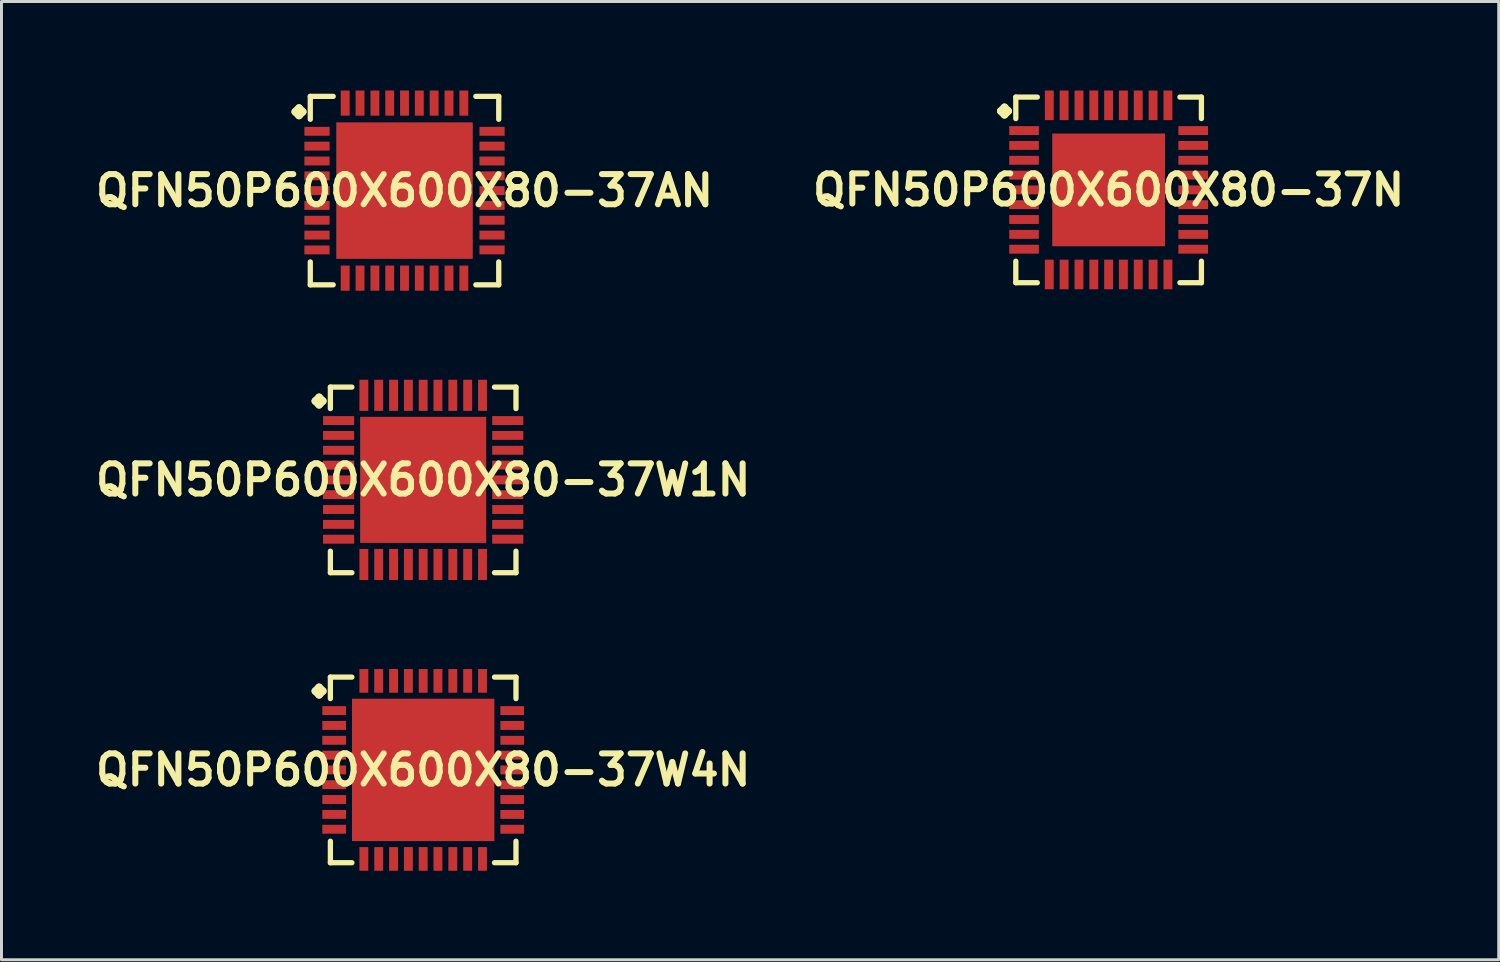
<source format=kicad_pcb>
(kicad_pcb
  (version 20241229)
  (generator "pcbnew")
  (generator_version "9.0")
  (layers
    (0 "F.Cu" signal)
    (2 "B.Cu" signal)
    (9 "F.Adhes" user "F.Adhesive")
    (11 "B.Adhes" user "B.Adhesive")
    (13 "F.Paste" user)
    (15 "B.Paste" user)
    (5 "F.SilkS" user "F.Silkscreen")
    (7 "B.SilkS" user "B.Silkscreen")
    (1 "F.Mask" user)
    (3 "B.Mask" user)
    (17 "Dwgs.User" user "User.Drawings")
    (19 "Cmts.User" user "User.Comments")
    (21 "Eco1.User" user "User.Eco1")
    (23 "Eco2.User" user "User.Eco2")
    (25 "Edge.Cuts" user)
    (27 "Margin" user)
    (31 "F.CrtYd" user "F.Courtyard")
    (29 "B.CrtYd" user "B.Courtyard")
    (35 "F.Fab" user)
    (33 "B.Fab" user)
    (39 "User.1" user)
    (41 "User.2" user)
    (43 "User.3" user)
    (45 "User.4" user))
  (footprint "QFN50P600X600X80-37N"
    (layer "F.Cu")
    (at 34.307 3.349)
    (property "Reference" "QFN50P600X600X80-37N" (at 0 0 0) (layer "F.SilkS") (effects (font (size 1.016 1.016) (thickness 0.203))))
    (attr smd)
    (fp_line (start -3.635 -2.657) (end -3.508 -2.784) (stroke (width 0.254) (type solid)) (layer "F.SilkS"))
    (fp_line (start -3.508 -2.784) (end -3.381 -2.657) (stroke (width 0.254) (type solid)) (layer "F.SilkS"))
    (fp_line (start -3.508 -2.53) (end -3.635 -2.657) (stroke (width 0.254) (type solid)) (layer "F.SilkS"))
    (fp_line (start -3.381 -2.657) (end -3.508 -2.53) (stroke (width 0.254) (type solid)) (layer "F.SilkS"))
    (fp_line (start -3.127 -3.127) (end -2.403 -3.127) (stroke (width 0.178) (type solid)) (layer "F.SilkS"))
    (fp_line (start -3.127 -2.403) (end -3.127 -3.127) (stroke (width 0.178) (type solid)) (layer "F.SilkS"))
    (fp_line (start -3.127 2.403) (end -3.127 3.127) (stroke (width 0.178) (type solid)) (layer "F.SilkS"))
    (fp_line (start -3.127 3.127) (end -2.403 3.127) (stroke (width 0.178) (type solid)) (layer "F.SilkS"))
    (fp_line (start 2.403 -3.127) (end 3.127 -3.127) (stroke (width 0.178) (type solid)) (layer "F.SilkS"))
    (fp_line (start 2.403 3.127) (end 3.127 3.127) (stroke (width 0.178) (type solid)) (layer "F.SilkS"))
    (fp_line (start 3.127 -3.127) (end 3.127 -2.403) (stroke (width 0.178) (type solid)) (layer "F.SilkS"))
    (fp_line (start 3.127 3.127) (end 3.127 2.403) (stroke (width 0.178) (type solid)) (layer "F.SilkS"))
    (pad "1" smd rect (at -2.85 -1.999) (size 0.998 0.3) (layers "F.Cu" "F.Mask" "F.Paste"))
    (pad "2" smd rect (at -2.85 -1.499) (size 0.998 0.3) (layers "F.Cu" "F.Mask" "F.Paste"))
    (pad "3" smd rect (at -2.85 -0.998) (size 0.998 0.3) (layers "F.Cu" "F.Mask" "F.Paste"))
    (pad "4" smd rect (at -2.85 -0.498) (size 0.998 0.3) (layers "F.Cu" "F.Mask" "F.Paste"))
    (pad "5" smd rect (at -2.85 0) (size 0.998 0.3) (layers "F.Cu" "F.Mask" "F.Paste"))
    (pad "6" smd rect (at -2.85 0.498) (size 0.998 0.3) (layers "F.Cu" "F.Mask" "F.Paste"))
    (pad "7" smd rect (at -2.85 0.998) (size 0.998 0.3) (layers "F.Cu" "F.Mask" "F.Paste"))
    (pad "8" smd rect (at -2.85 1.499) (size 0.998 0.3) (layers "F.Cu" "F.Mask" "F.Paste"))
    (pad "9" smd rect (at -2.85 1.999) (size 0.998 0.3) (layers "F.Cu" "F.Mask" "F.Paste"))
    (pad "10" smd rect (at -1.999 2.85) (size 0.3 0.998) (layers "F.Cu" "F.Mask" "F.Paste"))
    (pad "11" smd rect (at -1.499 2.85) (size 0.3 0.998) (layers "F.Cu" "F.Mask" "F.Paste"))
    (pad "12" smd rect (at -0.998 2.85) (size 0.3 0.998) (layers "F.Cu" "F.Mask" "F.Paste"))
    (pad "13" smd rect (at -0.498 2.85) (size 0.3 0.998) (layers "F.Cu" "F.Mask" "F.Paste"))
    (pad "14" smd rect (at 0 2.85) (size 0.3 0.998) (layers "F.Cu" "F.Mask" "F.Paste"))
    (pad "15" smd rect (at 0.498 2.85) (size 0.3 0.998) (layers "F.Cu" "F.Mask" "F.Paste"))
    (pad "16" smd rect (at 0.998 2.85) (size 0.3 0.998) (layers "F.Cu" "F.Mask" "F.Paste"))
    (pad "17" smd rect (at 1.499 2.85) (size 0.3 0.998) (layers "F.Cu" "F.Mask" "F.Paste"))
    (pad "18" smd rect (at 1.999 2.85) (size 0.3 0.998) (layers "F.Cu" "F.Mask" "F.Paste"))
    (pad "19" smd rect (at 2.85 1.999) (size 0.998 0.3) (layers "F.Cu" "F.Mask" "F.Paste"))
    (pad "20" smd rect (at 2.85 1.499) (size 0.998 0.3) (layers "F.Cu" "F.Mask" "F.Paste"))
    (pad "21" smd rect (at 2.85 0.998) (size 0.998 0.3) (layers "F.Cu" "F.Mask" "F.Paste"))
    (pad "22" smd rect (at 2.85 0.498) (size 0.998 0.3) (layers "F.Cu" "F.Mask" "F.Paste"))
    (pad "23" smd rect (at 2.85 0) (size 0.998 0.3) (layers "F.Cu" "F.Mask" "F.Paste"))
    (pad "24" smd rect (at 2.85 -0.498) (size 0.998 0.3) (layers "F.Cu" "F.Mask" "F.Paste"))
    (pad "25" smd rect (at 2.85 -0.998) (size 0.998 0.3) (layers "F.Cu" "F.Mask" "F.Paste"))
    (pad "26" smd rect (at 2.85 -1.499) (size 0.998 0.3) (layers "F.Cu" "F.Mask" "F.Paste"))
    (pad "27" smd rect (at 2.85 -1.999) (size 0.998 0.3) (layers "F.Cu" "F.Mask" "F.Paste"))
    (pad "28" smd rect (at 1.999 -2.85) (size 0.3 0.998) (layers "F.Cu" "F.Mask" "F.Paste"))
    (pad "29" smd rect (at 1.499 -2.85) (size 0.3 0.998) (layers "F.Cu" "F.Mask" "F.Paste"))
    (pad "30" smd rect (at 0.998 -2.85) (size 0.3 0.998) (layers "F.Cu" "F.Mask" "F.Paste"))
    (pad "31" smd rect (at 0.498 -2.85) (size 0.3 0.998) (layers "F.Cu" "F.Mask" "F.Paste"))
    (pad "32" smd rect (at 0 -2.85) (size 0.3 0.998) (layers "F.Cu" "F.Mask" "F.Paste"))
    (pad "33" smd rect (at -0.498 -2.85) (size 0.3 0.998) (layers "F.Cu" "F.Mask" "F.Paste"))
    (pad "34" smd rect (at -0.998 -2.85) (size 0.3 0.998) (layers "F.Cu" "F.Mask" "F.Paste"))
    (pad "35" smd rect (at -1.499 -2.85) (size 0.3 0.998) (layers "F.Cu" "F.Mask" "F.Paste"))
    (pad "36" smd rect (at -1.999 -2.85) (size 0.3 0.998) (layers "F.Cu" "F.Mask" "F.Paste"))
    (pad "37" smd rect (at 0 0) (size 3.8 3.8) (layers "F.Cu" "F.Mask" "F.Paste")))
  (footprint "QFN50P600X600X80-37W1N"
    (layer "F.Cu")
    (at 11.21 13.121)
    (property "Reference" "QFN50P600X600X80-37W1N" (at 0 0 0) (layer "F.SilkS") (effects (font (size 1.016 1.016) (thickness 0.203))))
    (attr smd)
    (fp_line (start -3.635 -2.657) (end -3.508 -2.784) (stroke (width 0.254) (type solid)) (layer "F.SilkS"))
    (fp_line (start -3.508 -2.784) (end -3.381 -2.657) (stroke (width 0.254) (type solid)) (layer "F.SilkS"))
    (fp_line (start -3.508 -2.53) (end -3.635 -2.657) (stroke (width 0.254) (type solid)) (layer "F.SilkS"))
    (fp_line (start -3.381 -2.657) (end -3.508 -2.53) (stroke (width 0.254) (type solid)) (layer "F.SilkS"))
    (fp_line (start -3.127 -3.127) (end -2.403 -3.127) (stroke (width 0.178) (type solid)) (layer "F.SilkS"))
    (fp_line (start -3.127 -2.403) (end -3.127 -3.127) (stroke (width 0.178) (type solid)) (layer "F.SilkS"))
    (fp_line (start -3.127 2.403) (end -3.127 3.127) (stroke (width 0.178) (type solid)) (layer "F.SilkS"))
    (fp_line (start -3.127 3.127) (end -2.403 3.127) (stroke (width 0.178) (type solid)) (layer "F.SilkS"))
    (fp_line (start 2.403 -3.127) (end 3.127 -3.127) (stroke (width 0.178) (type solid)) (layer "F.SilkS"))
    (fp_line (start 2.403 3.127) (end 3.127 3.127) (stroke (width 0.178) (type solid)) (layer "F.SilkS"))
    (fp_line (start 3.127 -3.127) (end 3.127 -2.403) (stroke (width 0.178) (type solid)) (layer "F.SilkS"))
    (fp_line (start 3.127 3.127) (end 3.127 2.403) (stroke (width 0.178) (type solid)) (layer "F.SilkS"))
    (pad "1" smd rect (at -2.85 -1.999) (size 1.049 0.3) (layers "F.Cu" "F.Mask" "F.Paste"))
    (pad "2" smd rect (at -2.85 -1.499) (size 1.049 0.3) (layers "F.Cu" "F.Mask" "F.Paste"))
    (pad "3" smd rect (at -2.85 -0.998) (size 1.049 0.3) (layers "F.Cu" "F.Mask" "F.Paste"))
    (pad "4" smd rect (at -2.85 -0.498) (size 1.049 0.3) (layers "F.Cu" "F.Mask" "F.Paste"))
    (pad "5" smd rect (at -2.85 0) (size 1.049 0.3) (layers "F.Cu" "F.Mask" "F.Paste"))
    (pad "6" smd rect (at -2.85 0.498) (size 1.049 0.3) (layers "F.Cu" "F.Mask" "F.Paste"))
    (pad "7" smd rect (at -2.85 0.998) (size 1.049 0.3) (layers "F.Cu" "F.Mask" "F.Paste"))
    (pad "8" smd rect (at -2.85 1.499) (size 1.049 0.3) (layers "F.Cu" "F.Mask" "F.Paste"))
    (pad "9" smd rect (at -2.85 1.999) (size 1.049 0.3) (layers "F.Cu" "F.Mask" "F.Paste"))
    (pad "10" smd rect (at -1.999 2.85) (size 0.3 1.049) (layers "F.Cu" "F.Mask" "F.Paste"))
    (pad "11" smd rect (at -1.499 2.85) (size 0.3 1.049) (layers "F.Cu" "F.Mask" "F.Paste"))
    (pad "12" smd rect (at -0.998 2.85) (size 0.3 1.049) (layers "F.Cu" "F.Mask" "F.Paste"))
    (pad "13" smd rect (at -0.498 2.85) (size 0.3 1.049) (layers "F.Cu" "F.Mask" "F.Paste"))
    (pad "14" smd rect (at 0 2.85) (size 0.3 1.049) (layers "F.Cu" "F.Mask" "F.Paste"))
    (pad "15" smd rect (at 0.498 2.85) (size 0.3 1.049) (layers "F.Cu" "F.Mask" "F.Paste"))
    (pad "16" smd rect (at 0.998 2.85) (size 0.3 1.049) (layers "F.Cu" "F.Mask" "F.Paste"))
    (pad "17" smd rect (at 1.499 2.85) (size 0.3 1.049) (layers "F.Cu" "F.Mask" "F.Paste"))
    (pad "18" smd rect (at 1.999 2.85) (size 0.3 1.049) (layers "F.Cu" "F.Mask" "F.Paste"))
    (pad "19" smd rect (at 2.85 1.999) (size 1.049 0.3) (layers "F.Cu" "F.Mask" "F.Paste"))
    (pad "20" smd rect (at 2.85 1.499) (size 1.049 0.3) (layers "F.Cu" "F.Mask" "F.Paste"))
    (pad "21" smd rect (at 2.85 0.998) (size 1.049 0.3) (layers "F.Cu" "F.Mask" "F.Paste"))
    (pad "22" smd rect (at 2.85 0.498) (size 1.049 0.3) (layers "F.Cu" "F.Mask" "F.Paste"))
    (pad "23" smd rect (at 2.85 0) (size 1.049 0.3) (layers "F.Cu" "F.Mask" "F.Paste"))
    (pad "24" smd rect (at 2.85 -0.498) (size 1.049 0.3) (layers "F.Cu" "F.Mask" "F.Paste"))
    (pad "25" smd rect (at 2.85 -0.998) (size 1.049 0.3) (layers "F.Cu" "F.Mask" "F.Paste"))
    (pad "26" smd rect (at 2.85 -1.499) (size 1.049 0.3) (layers "F.Cu" "F.Mask" "F.Paste"))
    (pad "27" smd rect (at 2.85 -1.999) (size 1.049 0.3) (layers "F.Cu" "F.Mask" "F.Paste"))
    (pad "28" smd rect (at 1.999 -2.85) (size 0.3 1.049) (layers "F.Cu" "F.Mask" "F.Paste"))
    (pad "29" smd rect (at 1.499 -2.85) (size 0.3 1.049) (layers "F.Cu" "F.Mask" "F.Paste"))
    (pad "30" smd rect (at 0.998 -2.85) (size 0.3 1.049) (layers "F.Cu" "F.Mask" "F.Paste"))
    (pad "31" smd rect (at 0.498 -2.85) (size 0.3 1.049) (layers "F.Cu" "F.Mask" "F.Paste"))
    (pad "32" smd rect (at 0 -2.85) (size 0.3 1.049) (layers "F.Cu" "F.Mask" "F.Paste"))
    (pad "33" smd rect (at -0.498 -2.85) (size 0.3 1.049) (layers "F.Cu" "F.Mask" "F.Paste"))
    (pad "34" smd rect (at -0.998 -2.85) (size 0.3 1.049) (layers "F.Cu" "F.Mask" "F.Paste"))
    (pad "35" smd rect (at -1.499 -2.85) (size 0.3 1.049) (layers "F.Cu" "F.Mask" "F.Paste"))
    (pad "36" smd rect (at -1.999 -2.85) (size 0.3 1.049) (layers "F.Cu" "F.Mask" "F.Paste"))
    (pad "37" smd rect (at 0 0) (size 4.249 4.249) (layers "F.Cu" "F.Mask" "F.Paste")))
  (footprint "QFN50P600X600X80-37W4N"
    (layer "F.Cu")
    (at 11.21 22.894)
    (property "Reference" "QFN50P600X600X80-37W4N" (at 0 0 0) (layer "F.SilkS") (effects (font (size 1.016 1.016) (thickness 0.203))))
    (attr smd)
    (fp_line (start -3.635 -2.657) (end -3.508 -2.784) (stroke (width 0.254) (type solid)) (layer "F.SilkS"))
    (fp_line (start -3.508 -2.784) (end -3.381 -2.657) (stroke (width 0.254) (type solid)) (layer "F.SilkS"))
    (fp_line (start -3.508 -2.53) (end -3.635 -2.657) (stroke (width 0.254) (type solid)) (layer "F.SilkS"))
    (fp_line (start -3.381 -2.657) (end -3.508 -2.53) (stroke (width 0.254) (type solid)) (layer "F.SilkS"))
    (fp_line (start -3.127 -3.127) (end -2.403 -3.127) (stroke (width 0.178) (type solid)) (layer "F.SilkS"))
    (fp_line (start -3.127 -2.403) (end -3.127 -3.127) (stroke (width 0.178) (type solid)) (layer "F.SilkS"))
    (fp_line (start -3.127 2.403) (end -3.127 3.127) (stroke (width 0.178) (type solid)) (layer "F.SilkS"))
    (fp_line (start -3.127 3.127) (end -2.403 3.127) (stroke (width 0.178) (type solid)) (layer "F.SilkS"))
    (fp_line (start 2.403 -3.127) (end 3.127 -3.127) (stroke (width 0.178) (type solid)) (layer "F.SilkS"))
    (fp_line (start 2.403 3.127) (end 3.127 3.127) (stroke (width 0.178) (type solid)) (layer "F.SilkS"))
    (fp_line (start 3.127 -3.127) (end 3.127 -2.403) (stroke (width 0.178) (type solid)) (layer "F.SilkS"))
    (fp_line (start 3.127 3.127) (end 3.127 2.403) (stroke (width 0.178) (type solid)) (layer "F.SilkS"))
    (pad "1" smd rect (at -3 -1.999) (size 0.798 0.3) (layers "F.Cu" "F.Mask" "F.Paste"))
    (pad "2" smd rect (at -3 -1.499) (size 0.798 0.3) (layers "F.Cu" "F.Mask" "F.Paste"))
    (pad "3" smd rect (at -3 -0.998) (size 0.798 0.3) (layers "F.Cu" "F.Mask" "F.Paste"))
    (pad "4" smd rect (at -3 -0.498) (size 0.798 0.3) (layers "F.Cu" "F.Mask" "F.Paste"))
    (pad "5" smd rect (at -3 0) (size 0.798 0.3) (layers "F.Cu" "F.Mask" "F.Paste"))
    (pad "6" smd rect (at -3 0.498) (size 0.798 0.3) (layers "F.Cu" "F.Mask" "F.Paste"))
    (pad "7" smd rect (at -3 0.998) (size 0.798 0.3) (layers "F.Cu" "F.Mask" "F.Paste"))
    (pad "8" smd rect (at -3 1.499) (size 0.798 0.3) (layers "F.Cu" "F.Mask" "F.Paste"))
    (pad "9" smd rect (at -3 1.999) (size 0.798 0.3) (layers "F.Cu" "F.Mask" "F.Paste"))
    (pad "10" smd rect (at -1.999 3) (size 0.3 0.798) (layers "F.Cu" "F.Mask" "F.Paste"))
    (pad "11" smd rect (at -1.499 3) (size 0.3 0.798) (layers "F.Cu" "F.Mask" "F.Paste"))
    (pad "12" smd rect (at -0.998 3) (size 0.3 0.798) (layers "F.Cu" "F.Mask" "F.Paste"))
    (pad "13" smd rect (at -0.498 3) (size 0.3 0.798) (layers "F.Cu" "F.Mask" "F.Paste"))
    (pad "14" smd rect (at 0 3) (size 0.3 0.798) (layers "F.Cu" "F.Mask" "F.Paste"))
    (pad "15" smd rect (at 0.498 3) (size 0.3 0.798) (layers "F.Cu" "F.Mask" "F.Paste"))
    (pad "16" smd rect (at 0.998 3) (size 0.3 0.798) (layers "F.Cu" "F.Mask" "F.Paste"))
    (pad "17" smd rect (at 1.499 3) (size 0.3 0.798) (layers "F.Cu" "F.Mask" "F.Paste"))
    (pad "18" smd rect (at 1.999 3) (size 0.3 0.798) (layers "F.Cu" "F.Mask" "F.Paste"))
    (pad "19" smd rect (at 3 1.999) (size 0.798 0.3) (layers "F.Cu" "F.Mask" "F.Paste"))
    (pad "20" smd rect (at 3 1.499) (size 0.798 0.3) (layers "F.Cu" "F.Mask" "F.Paste"))
    (pad "21" smd rect (at 3 0.998) (size 0.798 0.3) (layers "F.Cu" "F.Mask" "F.Paste"))
    (pad "22" smd rect (at 3 0.498) (size 0.798 0.3) (layers "F.Cu" "F.Mask" "F.Paste"))
    (pad "23" smd rect (at 3 0) (size 0.798 0.3) (layers "F.Cu" "F.Mask" "F.Paste"))
    (pad "24" smd rect (at 3 -0.498) (size 0.798 0.3) (layers "F.Cu" "F.Mask" "F.Paste"))
    (pad "25" smd rect (at 3 -0.998) (size 0.798 0.3) (layers "F.Cu" "F.Mask" "F.Paste"))
    (pad "26" smd rect (at 3 -1.499) (size 0.798 0.3) (layers "F.Cu" "F.Mask" "F.Paste"))
    (pad "27" smd rect (at 3 -1.999) (size 0.798 0.3) (layers "F.Cu" "F.Mask" "F.Paste"))
    (pad "28" smd rect (at 1.999 -3) (size 0.3 0.798) (layers "F.Cu" "F.Mask" "F.Paste"))
    (pad "29" smd rect (at 1.499 -3) (size 0.3 0.798) (layers "F.Cu" "F.Mask" "F.Paste"))
    (pad "30" smd rect (at 0.998 -3) (size 0.3 0.798) (layers "F.Cu" "F.Mask" "F.Paste"))
    (pad "31" smd rect (at 0.498 -3) (size 0.3 0.798) (layers "F.Cu" "F.Mask" "F.Paste"))
    (pad "32" smd rect (at 0 -3) (size 0.3 0.798) (layers "F.Cu" "F.Mask" "F.Paste"))
    (pad "33" smd rect (at -0.498 -3) (size 0.3 0.798) (layers "F.Cu" "F.Mask" "F.Paste"))
    (pad "34" smd rect (at -0.998 -3) (size 0.3 0.798) (layers "F.Cu" "F.Mask" "F.Paste"))
    (pad "35" smd rect (at -1.499 -3) (size 0.3 0.798) (layers "F.Cu" "F.Mask" "F.Paste"))
    (pad "36" smd rect (at -1.999 -3) (size 0.3 0.798) (layers "F.Cu" "F.Mask" "F.Paste"))
    (pad "37" smd rect (at 0 0) (size 4.798 4.798) (layers "F.Cu" "F.Mask" "F.Paste")))
  (footprint "QFN50P600X600X80-37AN"
    (layer "F.Cu")
    (at 10.581 3.373)
    (property "Reference" "QFN50P600X600X80-37AN" (at 0 0 0) (layer "F.SilkS") (effects (font (size 1.016 1.016) (thickness 0.203))))
    (attr smd)
    (fp_line (start -3.683 -2.657) (end -3.556 -2.784) (stroke (width 0.254) (type solid)) (layer "F.SilkS"))
    (fp_line (start -3.556 -2.784) (end -3.429 -2.657) (stroke (width 0.254) (type solid)) (layer "F.SilkS"))
    (fp_line (start -3.556 -2.53) (end -3.683 -2.657) (stroke (width 0.254) (type solid)) (layer "F.SilkS"))
    (fp_line (start -3.429 -2.657) (end -3.556 -2.53) (stroke (width 0.254) (type solid)) (layer "F.SilkS"))
    (fp_line (start -3.175 -3.175) (end -2.403 -3.175) (stroke (width 0.178) (type solid)) (layer "F.SilkS"))
    (fp_line (start -3.175 -2.403) (end -3.175 -3.175) (stroke (width 0.178) (type solid)) (layer "F.SilkS"))
    (fp_line (start -3.175 2.403) (end -3.175 3.175) (stroke (width 0.178) (type solid)) (layer "F.SilkS"))
    (fp_line (start -3.175 3.175) (end -2.403 3.175) (stroke (width 0.178) (type solid)) (layer "F.SilkS"))
    (fp_line (start 2.403 -3.175) (end 3.175 -3.175) (stroke (width 0.178) (type solid)) (layer "F.SilkS"))
    (fp_line (start 2.403 3.175) (end 3.175 3.175) (stroke (width 0.178) (type solid)) (layer "F.SilkS"))
    (fp_line (start 3.175 -3.175) (end 3.175 -2.403) (stroke (width 0.178) (type solid)) (layer "F.SilkS"))
    (fp_line (start 3.175 3.175) (end 3.175 2.403) (stroke (width 0.178) (type solid)) (layer "F.SilkS"))
    (pad "1" smd rect (at -2.949 -1.999) (size 0.848 0.3) (layers "F.Cu" "F.Mask" "F.Paste"))
    (pad "2" smd rect (at -2.949 -1.499) (size 0.848 0.3) (layers "F.Cu" "F.Mask" "F.Paste"))
    (pad "3" smd rect (at -2.949 -0.998) (size 0.848 0.3) (layers "F.Cu" "F.Mask" "F.Paste"))
    (pad "4" smd rect (at -2.949 -0.498) (size 0.848 0.3) (layers "F.Cu" "F.Mask" "F.Paste"))
    (pad "5" smd rect (at -2.949 0) (size 0.848 0.3) (layers "F.Cu" "F.Mask" "F.Paste"))
    (pad "6" smd rect (at -2.949 0.498) (size 0.848 0.3) (layers "F.Cu" "F.Mask" "F.Paste"))
    (pad "7" smd rect (at -2.949 0.998) (size 0.848 0.3) (layers "F.Cu" "F.Mask" "F.Paste"))
    (pad "8" smd rect (at -2.949 1.499) (size 0.848 0.3) (layers "F.Cu" "F.Mask" "F.Paste"))
    (pad "9" smd rect (at -2.949 1.999) (size 0.848 0.3) (layers "F.Cu" "F.Mask" "F.Paste"))
    (pad "10" smd rect (at -1.999 2.949) (size 0.3 0.848) (layers "F.Cu" "F.Mask" "F.Paste"))
    (pad "11" smd rect (at -1.499 2.949) (size 0.3 0.848) (layers "F.Cu" "F.Mask" "F.Paste"))
    (pad "12" smd rect (at -0.998 2.949) (size 0.3 0.848) (layers "F.Cu" "F.Mask" "F.Paste"))
    (pad "13" smd rect (at -0.498 2.949) (size 0.3 0.848) (layers "F.Cu" "F.Mask" "F.Paste"))
    (pad "14" smd rect (at 0 2.949) (size 0.3 0.848) (layers "F.Cu" "F.Mask" "F.Paste"))
    (pad "15" smd rect (at 0.498 2.949) (size 0.3 0.848) (layers "F.Cu" "F.Mask" "F.Paste"))
    (pad "16" smd rect (at 0.998 2.949) (size 0.3 0.848) (layers "F.Cu" "F.Mask" "F.Paste"))
    (pad "17" smd rect (at 1.499 2.949) (size 0.3 0.848) (layers "F.Cu" "F.Mask" "F.Paste"))
    (pad "18" smd rect (at 1.999 2.949) (size 0.3 0.848) (layers "F.Cu" "F.Mask" "F.Paste"))
    (pad "19" smd rect (at 2.949 1.999) (size 0.848 0.3) (layers "F.Cu" "F.Mask" "F.Paste"))
    (pad "20" smd rect (at 2.949 1.499) (size 0.848 0.3) (layers "F.Cu" "F.Mask" "F.Paste"))
    (pad "21" smd rect (at 2.949 0.998) (size 0.848 0.3) (layers "F.Cu" "F.Mask" "F.Paste"))
    (pad "22" smd rect (at 2.949 0.498) (size 0.848 0.3) (layers "F.Cu" "F.Mask" "F.Paste"))
    (pad "23" smd rect (at 2.949 0) (size 0.848 0.3) (layers "F.Cu" "F.Mask" "F.Paste"))
    (pad "24" smd rect (at 2.949 -0.498) (size 0.848 0.3) (layers "F.Cu" "F.Mask" "F.Paste"))
    (pad "25" smd rect (at 2.949 -0.998) (size 0.848 0.3) (layers "F.Cu" "F.Mask" "F.Paste"))
    (pad "26" smd rect (at 2.949 -1.499) (size 0.848 0.3) (layers "F.Cu" "F.Mask" "F.Paste"))
    (pad "27" smd rect (at 2.949 -1.999) (size 0.848 0.3) (layers "F.Cu" "F.Mask" "F.Paste"))
    (pad "28" smd rect (at 1.999 -2.949) (size 0.3 0.848) (layers "F.Cu" "F.Mask" "F.Paste"))
    (pad "29" smd rect (at 1.499 -2.949) (size 0.3 0.848) (layers "F.Cu" "F.Mask" "F.Paste"))
    (pad "30" smd rect (at 0.998 -2.949) (size 0.3 0.848) (layers "F.Cu" "F.Mask" "F.Paste"))
    (pad "31" smd rect (at 0.498 -2.949) (size 0.3 0.848) (layers "F.Cu" "F.Mask" "F.Paste"))
    (pad "32" smd rect (at 0 -2.949) (size 0.3 0.848) (layers "F.Cu" "F.Mask" "F.Paste"))
    (pad "33" smd rect (at -0.498 -2.949) (size 0.3 0.848) (layers "F.Cu" "F.Mask" "F.Paste"))
    (pad "34" smd rect (at -0.998 -2.949) (size 0.3 0.848) (layers "F.Cu" "F.Mask" "F.Paste"))
    (pad "35" smd rect (at -1.499 -2.949) (size 0.3 0.848) (layers "F.Cu" "F.Mask" "F.Paste"))
    (pad "36" smd rect (at -1.999 -2.949) (size 0.3 0.848) (layers "F.Cu" "F.Mask" "F.Paste"))
    (pad "37" smd rect (at 0 0) (size 4.6 4.6) (layers "F.Cu" "F.Mask" "F.Paste")))
  (gr_rect
    (start -3 -3)
    (end 47.453 29.292)
    (stroke (width 0.1) (type default))
    (fill no)
    (layer "Edge.Cuts")))
</source>
